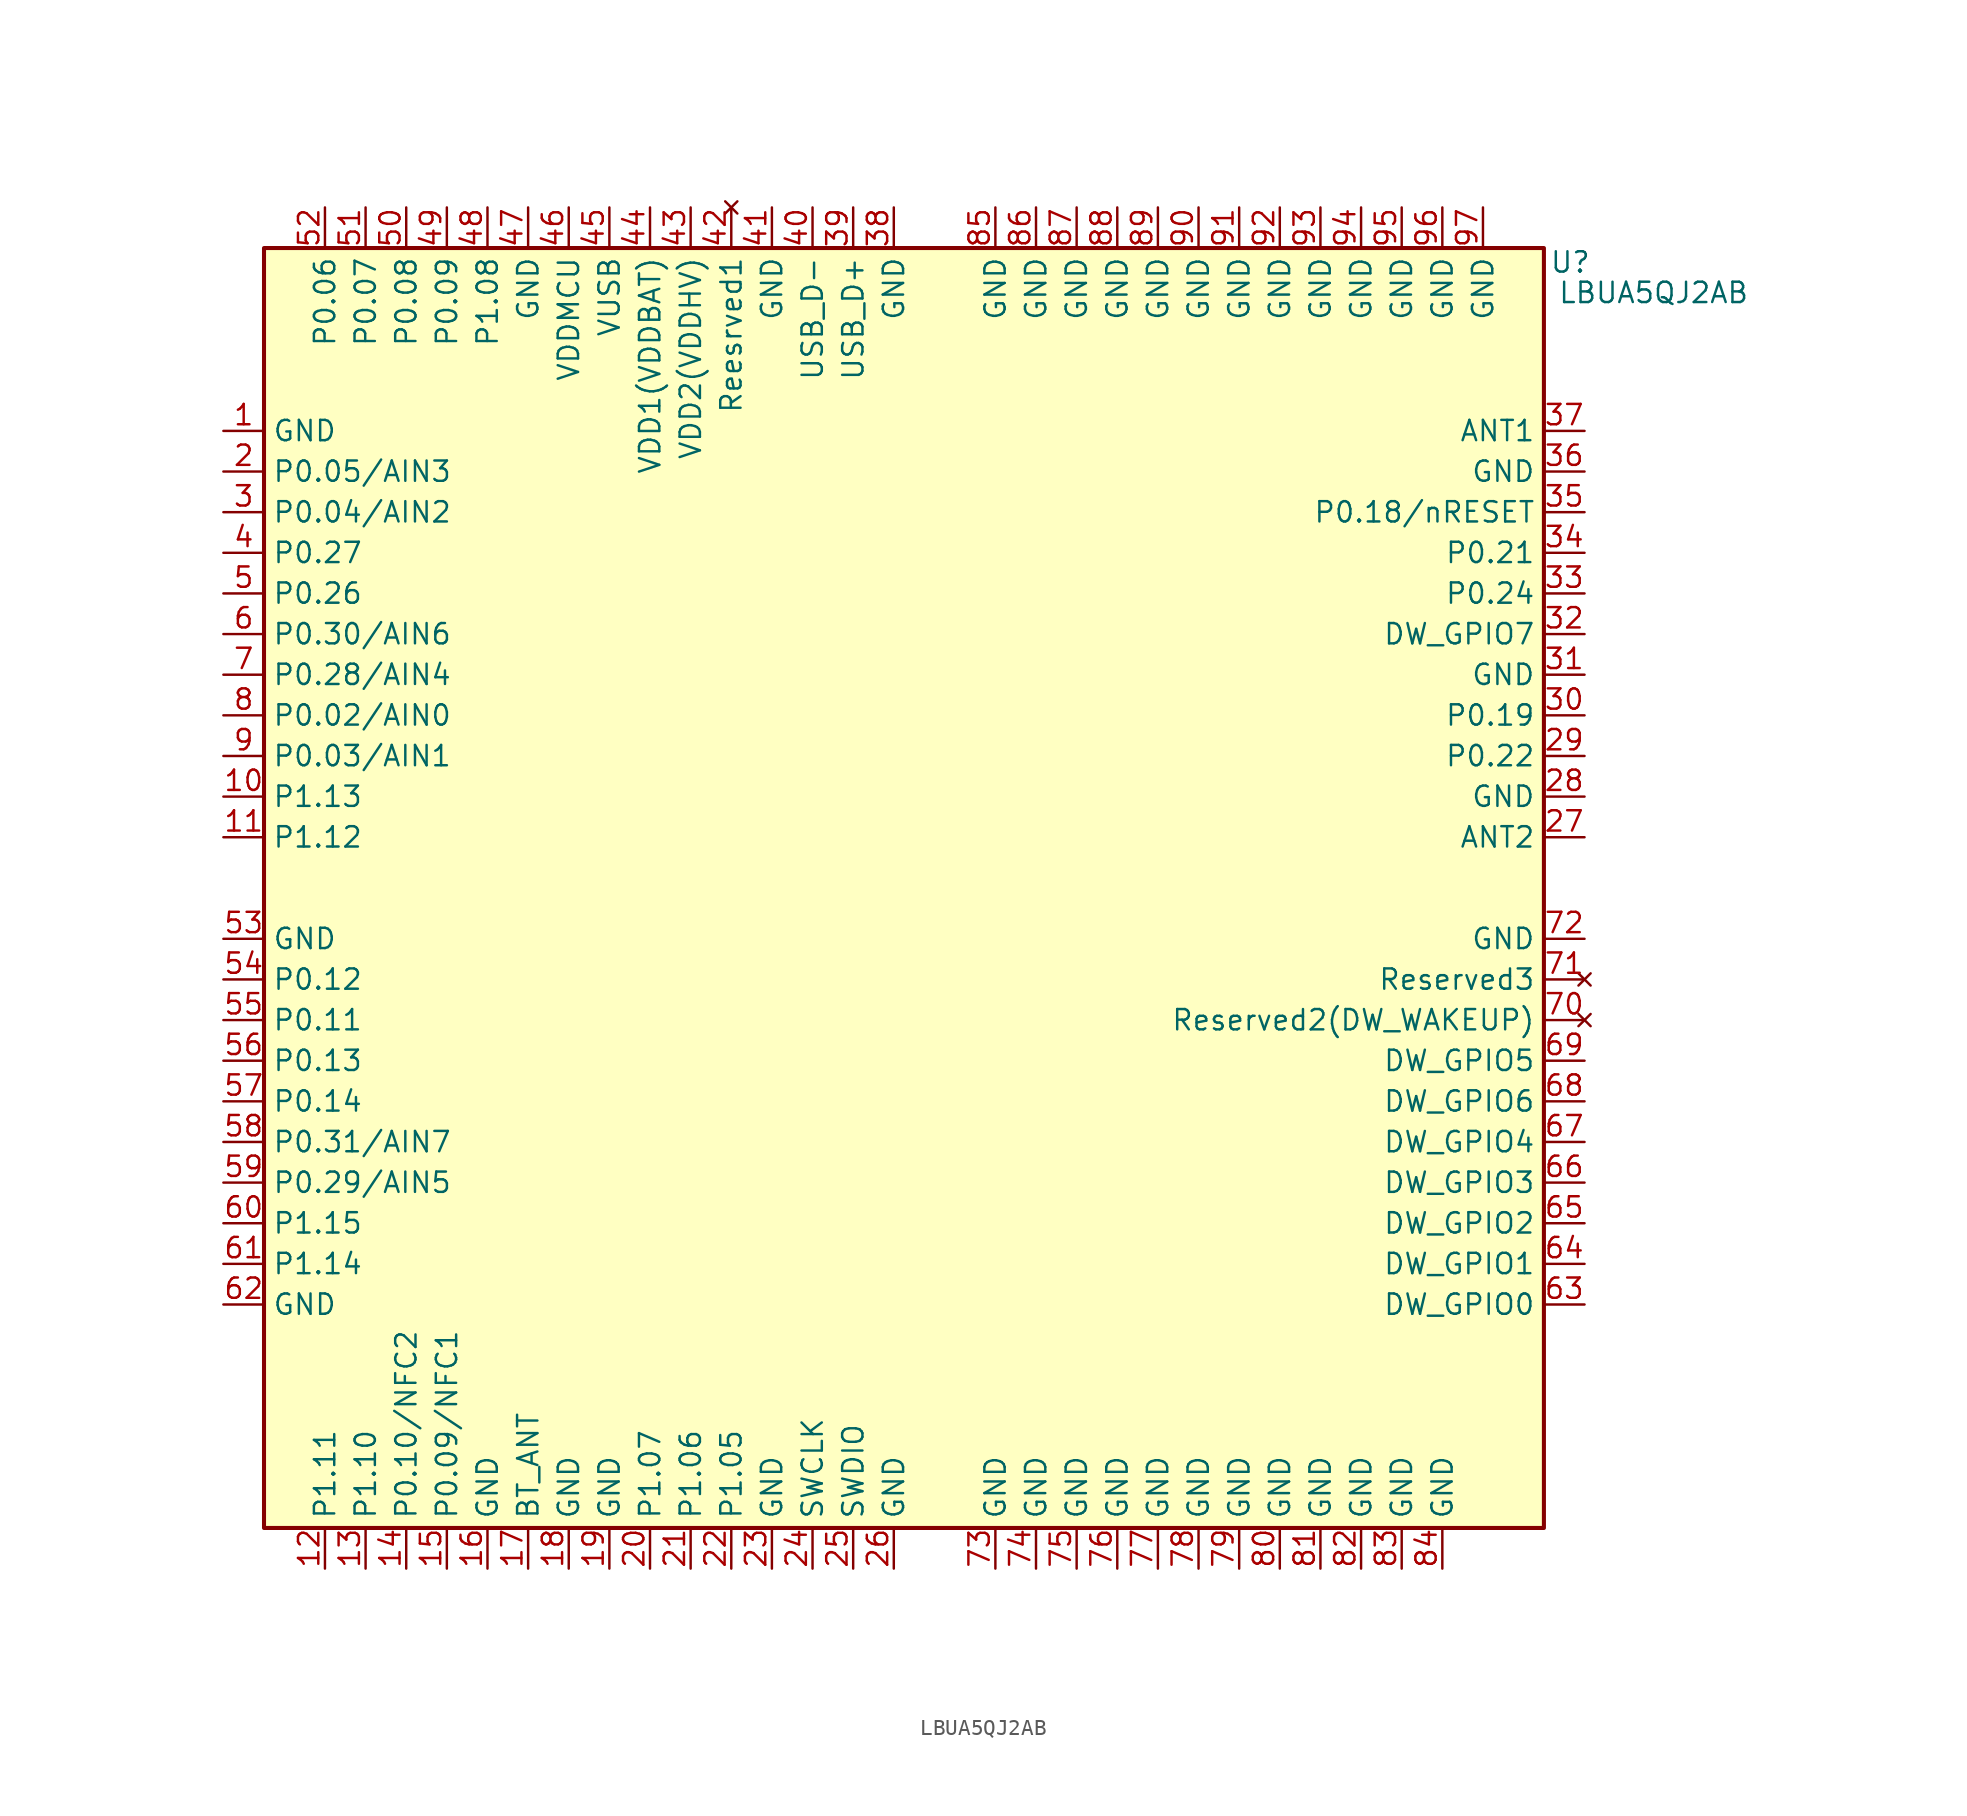
<source format=kicad_sym>
(kicad_symbol_lib
  (version 20241209)
  (generator "kicad_symbol_editor")
  (generator_version "9.0")
  (symbol "LBUA5QJ2AB"
    (property "Reference" "U"
      (at 42.291 37.211 0)
      (effects (font (size 1.27 1.27))))
    (property "Value" "LBUA5QJ2AB"
      (at 47.498 35.306 0)
      (effects (font (size 1.27 1.27))))
    (symbol "LBUA5QJ2AB_1_1"
      (rectangle (start -39.37 38.1) (end 40.64 -41.91) (stroke (width 0.254) (type solid)) (fill (type background)))
      (pin power_in line (at -41.91 26.67 0) (length 2.54) (name "GND" (effects (font (size 1.27 1.27)))) (number "1" (effects (font (size 1.27 1.27)))))
      (pin input line (at -41.91 24.13 0) (length 2.54) (name "P0.05/AIN3" (effects (font (size 1.27 1.27)))) (number "2" (effects (font (size 1.27 1.27)))))
      (pin input line (at -41.91 21.59 0) (length 2.54) (name "P0.04/AIN2" (effects (font (size 1.27 1.27)))) (number "3" (effects (font (size 1.27 1.27)))))
      (pin input line (at -41.91 19.05 0) (length 2.54) (name "P0.27" (effects (font (size 1.27 1.27)))) (number "4" (effects (font (size 1.27 1.27)))))
      (pin input line (at -41.91 16.51 0) (length 2.54) (name "P0.26" (effects (font (size 1.27 1.27)))) (number "5" (effects (font (size 1.27 1.27)))))
      (pin input line (at -41.91 13.97 0) (length 2.54) (name "P0.30/AIN6" (effects (font (size 1.27 1.27)))) (number "6" (effects (font (size 1.27 1.27)))))
      (pin input line (at -41.91 11.43 0) (length 2.54) (name "P0.28/AIN4" (effects (font (size 1.27 1.27)))) (number "7" (effects (font (size 1.27 1.27)))))
      (pin input line (at -41.91 8.89 0) (length 2.54) (name "P0.02/AIN0" (effects (font (size 1.27 1.27)))) (number "8" (effects (font (size 1.27 1.27)))))
      (pin input line (at -41.91 6.35 0) (length 2.54) (name "P0.03/AIN1" (effects (font (size 1.27 1.27)))) (number "9" (effects (font (size 1.27 1.27)))))
      (pin input line (at -41.91 3.81 0) (length 2.54) (name "P1.13" (effects (font (size 1.27 1.27)))) (number "10" (effects (font (size 1.27 1.27)))))
      (pin input line (at -41.91 1.27 0) (length 2.54) (name "P1.12" (effects (font (size 1.27 1.27)))) (number "11" (effects (font (size 1.27 1.27)))))
      (pin power_in line (at -41.91 -5.08 0) (length 2.54) (name "GND" (effects (font (size 1.27 1.27)))) (number "53" (effects (font (size 1.27 1.27)))))
      (pin input line (at -41.91 -7.62 0) (length 2.54) (name "P0.12" (effects (font (size 1.27 1.27)))) (number "54" (effects (font (size 1.27 1.27)))))
      (pin input line (at -41.91 -10.16 0) (length 2.54) (name "P0.11" (effects (font (size 1.27 1.27)))) (number "55" (effects (font (size 1.27 1.27)))))
      (pin input line (at -41.91 -12.7 0) (length 2.54) (name "P0.13" (effects (font (size 1.27 1.27)))) (number "56" (effects (font (size 1.27 1.27)))))
      (pin input line (at -41.91 -15.24 0) (length 2.54) (name "P0.14" (effects (font (size 1.27 1.27)))) (number "57" (effects (font (size 1.27 1.27)))))
      (pin input line (at -41.91 -17.78 0) (length 2.54) (name "P0.31/AIN7" (effects (font (size 1.27 1.27)))) (number "58" (effects (font (size 1.27 1.27)))))
      (pin input line (at -41.91 -20.32 0) (length 2.54) (name "P0.29/AIN5" (effects (font (size 1.27 1.27)))) (number "59" (effects (font (size 1.27 1.27)))))
      (pin input line (at -41.91 -22.86 0) (length 2.54) (name "P1.15" (effects (font (size 1.27 1.27)))) (number "60" (effects (font (size 1.27 1.27)))))
      (pin input line (at -41.91 -25.4 0) (length 2.54) (name "P1.14" (effects (font (size 1.27 1.27)))) (number "61" (effects (font (size 1.27 1.27)))))
      (pin power_in line (at -41.91 -27.94 0) (length 2.54) (name "GND" (effects (font (size 1.27 1.27)))) (number "62" (effects (font (size 1.27 1.27)))))
      (pin input line (at -35.56 40.64 270) (length 2.54) (name "P0.06" (effects (font (size 1.27 1.27)))) (number "52" (effects (font (size 1.27 1.27)))))
      (pin power_in line (at -35.56 -44.45 90) (length 2.54) (name "P1.11" (effects (font (size 1.27 1.27)))) (number "12" (effects (font (size 1.27 1.27)))))
      (pin input line (at -33.02 40.64 270) (length 2.54) (name "P0.07" (effects (font (size 1.27 1.27)))) (number "51" (effects (font (size 1.27 1.27)))))
      (pin input line (at -33.02 -44.45 90) (length 2.54) (name "P1.10" (effects (font (size 1.27 1.27)))) (number "13" (effects (font (size 1.27 1.27)))))
      (pin input line (at -30.48 40.64 270) (length 2.54) (name "P0.08" (effects (font (size 1.27 1.27)))) (number "50" (effects (font (size 1.27 1.27)))))
      (pin input line (at -30.48 -44.45 90) (length 2.54) (name "P0.10/NFC2" (effects (font (size 1.27 1.27)))) (number "14" (effects (font (size 1.27 1.27)))))
      (pin input line (at -27.94 40.64 270) (length 2.54) (name "P0.09" (effects (font (size 1.27 1.27)))) (number "49" (effects (font (size 1.27 1.27)))))
      (pin input line (at -27.94 -44.45 90) (length 2.54) (name "P0.09/NFC1" (effects (font (size 1.27 1.27)))) (number "15" (effects (font (size 1.27 1.27)))))
      (pin input line (at -25.4 40.64 270) (length 2.54) (name "P1.08" (effects (font (size 1.27 1.27)))) (number "48" (effects (font (size 1.27 1.27)))))
      (pin power_in line (at -25.4 -44.45 90) (length 2.54) (name "GND" (effects (font (size 1.27 1.27)))) (number "16" (effects (font (size 1.27 1.27)))))
      (pin power_in line (at -22.86 40.64 270) (length 2.54) (name "GND" (effects (font (size 1.27 1.27)))) (number "47" (effects (font (size 1.27 1.27)))))
      (pin input line (at -22.86 -44.45 90) (length 2.54) (name "BT_ANT" (effects (font (size 1.27 1.27)))) (number "17" (effects (font (size 1.27 1.27)))))
      (pin power_in line (at -20.32 40.64 270) (length 2.54) (name "VDDMCU" (effects (font (size 1.27 1.27)))) (number "46" (effects (font (size 1.27 1.27)))))
      (pin power_in line (at -20.32 -44.45 90) (length 2.54) (name "GND" (effects (font (size 1.27 1.27)))) (number "18" (effects (font (size 1.27 1.27)))))
      (pin power_in line (at -17.78 40.64 270) (length 2.54) (name "VUSB" (effects (font (size 1.27 1.27)))) (number "45" (effects (font (size 1.27 1.27)))))
      (pin power_in line (at -17.78 -44.45 90) (length 2.54) (name "GND" (effects (font (size 1.27 1.27)))) (number "19" (effects (font (size 1.27 1.27)))))
      (pin power_in line (at -15.24 40.64 270) (length 2.54) (name "VDD1(VDDBAT)" (effects (font (size 1.27 1.27)))) (number "44" (effects (font (size 1.27 1.27)))))
      (pin input line (at -15.24 -44.45 90) (length 2.54) (name "P1.07" (effects (font (size 1.27 1.27)))) (number "20" (effects (font (size 1.27 1.27)))))
      (pin power_in line (at -12.7 40.64 270) (length 2.54) (name "VDD2(VDDHV)" (effects (font (size 1.27 1.27)))) (number "43" (effects (font (size 1.27 1.27)))))
      (pin input line (at -12.7 -44.45 90) (length 2.54) (name "P1.06" (effects (font (size 1.27 1.27)))) (number "21" (effects (font (size 1.27 1.27)))))
      (pin no_connect line (at -10.16 40.64 270) (length 2.54) (name "Reesrved1" (effects (font (size 1.27 1.27)))) (number "42" (effects (font (size 1.27 1.27)))))
      (pin input line (at -10.16 -44.45 90) (length 2.54) (name "P1.05" (effects (font (size 1.27 1.27)))) (number "22" (effects (font (size 1.27 1.27)))))
      (pin power_in line (at -7.62 40.64 270) (length 2.54) (name "GND" (effects (font (size 1.27 1.27)))) (number "41" (effects (font (size 1.27 1.27)))))
      (pin power_in line (at -7.62 -44.45 90) (length 2.54) (name "GND" (effects (font (size 1.27 1.27)))) (number "23" (effects (font (size 1.27 1.27)))))
      (pin input line (at -5.08 40.64 270) (length 2.54) (name "USB_D-" (effects (font (size 1.27 1.27)))) (number "40" (effects (font (size 1.27 1.27)))))
      (pin input line (at -5.08 -44.45 90) (length 2.54) (name "SWCLK" (effects (font (size 1.27 1.27)))) (number "24" (effects (font (size 1.27 1.27)))))
      (pin input line (at -2.54 40.64 270) (length 2.54) (name "USB_D+" (effects (font (size 1.27 1.27)))) (number "39" (effects (font (size 1.27 1.27)))))
      (pin input line (at -2.54 -44.45 90) (length 2.54) (name "SWDIO" (effects (font (size 1.27 1.27)))) (number "25" (effects (font (size 1.27 1.27)))))
      (pin power_in line (at 0 40.64 270) (length 2.54) (name "GND" (effects (font (size 1.27 1.27)))) (number "38" (effects (font (size 1.27 1.27)))))
      (pin power_in line (at 0 -44.45 90) (length 2.54) (name "GND" (effects (font (size 1.27 1.27)))) (number "26" (effects (font (size 1.27 1.27)))))
      (pin power_in line (at 6.35 40.64 270) (length 2.54) (name "GND" (effects (font (size 1.27 1.27)))) (number "85" (effects (font (size 1.27 1.27)))))
      (pin power_in line (at 6.35 -44.45 90) (length 2.54) (name "GND" (effects (font (size 1.27 1.27)))) (number "73" (effects (font (size 1.27 1.27)))))
      (pin power_in line (at 8.89 40.64 270) (length 2.54) (name "GND" (effects (font (size 1.27 1.27)))) (number "86" (effects (font (size 1.27 1.27)))))
      (pin power_in line (at 8.89 -44.45 90) (length 2.54) (name "GND" (effects (font (size 1.27 1.27)))) (number "74" (effects (font (size 1.27 1.27)))))
      (pin power_in line (at 11.43 40.64 270) (length 2.54) (name "GND" (effects (font (size 1.27 1.27)))) (number "87" (effects (font (size 1.27 1.27)))))
      (pin power_in line (at 11.43 -44.45 90) (length 2.54) (name "GND" (effects (font (size 1.27 1.27)))) (number "75" (effects (font (size 1.27 1.27)))))
      (pin power_in line (at 13.97 40.64 270) (length 2.54) (name "GND" (effects (font (size 1.27 1.27)))) (number "88" (effects (font (size 1.27 1.27)))))
      (pin power_in line (at 13.97 -44.45 90) (length 2.54) (name "GND" (effects (font (size 1.27 1.27)))) (number "76" (effects (font (size 1.27 1.27)))))
      (pin power_in line (at 16.51 40.64 270) (length 2.54) (name "GND" (effects (font (size 1.27 1.27)))) (number "89" (effects (font (size 1.27 1.27)))))
      (pin power_in line (at 16.51 -44.45 90) (length 2.54) (name "GND" (effects (font (size 1.27 1.27)))) (number "77" (effects (font (size 1.27 1.27)))))
      (pin power_in line (at 19.05 40.64 270) (length 2.54) (name "GND" (effects (font (size 1.27 1.27)))) (number "90" (effects (font (size 1.27 1.27)))))
      (pin power_in line (at 19.05 -44.45 90) (length 2.54) (name "GND" (effects (font (size 1.27 1.27)))) (number "78" (effects (font (size 1.27 1.27)))))
      (pin power_in line (at 21.59 40.64 270) (length 2.54) (name "GND" (effects (font (size 1.27 1.27)))) (number "91" (effects (font (size 1.27 1.27)))))
      (pin power_in line (at 21.59 -44.45 90) (length 2.54) (name "GND" (effects (font (size 1.27 1.27)))) (number "79" (effects (font (size 1.27 1.27)))))
      (pin power_in line (at 24.13 40.64 270) (length 2.54) (name "GND" (effects (font (size 1.27 1.27)))) (number "92" (effects (font (size 1.27 1.27)))))
      (pin power_in line (at 24.13 -44.45 90) (length 2.54) (name "GND" (effects (font (size 1.27 1.27)))) (number "80" (effects (font (size 1.27 1.27)))))
      (pin power_in line (at 26.67 40.64 270) (length 2.54) (name "GND" (effects (font (size 1.27 1.27)))) (number "93" (effects (font (size 1.27 1.27)))))
      (pin power_in line (at 26.67 -44.45 90) (length 2.54) (name "GND" (effects (font (size 1.27 1.27)))) (number "81" (effects (font (size 1.27 1.27)))))
      (pin power_in line (at 29.21 40.64 270) (length 2.54) (name "GND" (effects (font (size 1.27 1.27)))) (number "94" (effects (font (size 1.27 1.27)))))
      (pin power_in line (at 29.21 -44.45 90) (length 2.54) (name "GND" (effects (font (size 1.27 1.27)))) (number "82" (effects (font (size 1.27 1.27)))))
      (pin power_in line (at 31.75 40.64 270) (length 2.54) (name "GND" (effects (font (size 1.27 1.27)))) (number "95" (effects (font (size 1.27 1.27)))))
      (pin power_in line (at 31.75 -44.45 90) (length 2.54) (name "GND" (effects (font (size 1.27 1.27)))) (number "83" (effects (font (size 1.27 1.27)))))
      (pin power_in line (at 34.29 40.64 270) (length 2.54) (name "GND" (effects (font (size 1.27 1.27)))) (number "96" (effects (font (size 1.27 1.27)))))
      (pin power_in line (at 34.29 -44.45 90) (length 2.54) (name "GND" (effects (font (size 1.27 1.27)))) (number "84" (effects (font (size 1.27 1.27)))))
      (pin power_in line (at 36.83 40.64 270) (length 2.54) (name "GND" (effects (font (size 1.27 1.27)))) (number "97" (effects (font (size 1.27 1.27)))))
      (pin input line (at 43.18 26.67 180) (length 2.54) (name "ANT1" (effects (font (size 1.27 1.27)))) (number "37" (effects (font (size 1.27 1.27)))))
      (pin power_in line (at 43.18 24.13 180) (length 2.54) (name "GND" (effects (font (size 1.27 1.27)))) (number "36" (effects (font (size 1.27 1.27)))))
      (pin input line (at 43.18 21.59 180) (length 2.54) (name "P0.18/nRESET" (effects (font (size 1.27 1.27)))) (number "35" (effects (font (size 1.27 1.27)))))
      (pin input line (at 43.18 19.05 180) (length 2.54) (name "P0.21" (effects (font (size 1.27 1.27)))) (number "34" (effects (font (size 1.27 1.27)))))
      (pin input line (at 43.18 16.51 180) (length 2.54) (name "P0.24" (effects (font (size 1.27 1.27)))) (number "33" (effects (font (size 1.27 1.27)))))
      (pin input line (at 43.18 13.97 180) (length 2.54) (name "DW_GPIO7" (effects (font (size 1.27 1.27)))) (number "32" (effects (font (size 1.27 1.27)))))
      (pin power_in line (at 43.18 11.43 180) (length 2.54) (name "GND" (effects (font (size 1.27 1.27)))) (number "31" (effects (font (size 1.27 1.27)))))
      (pin input line (at 43.18 8.89 180) (length 2.54) (name "P0.19" (effects (font (size 1.27 1.27)))) (number "30" (effects (font (size 1.27 1.27)))))
      (pin input line (at 43.18 6.35 180) (length 2.54) (name "P0.22" (effects (font (size 1.27 1.27)))) (number "29" (effects (font (size 1.27 1.27)))))
      (pin power_in line (at 43.18 3.81 180) (length 2.54) (name "GND" (effects (font (size 1.27 1.27)))) (number "28" (effects (font (size 1.27 1.27)))))
      (pin input line (at 43.18 1.27 180) (length 2.54) (name "ANT2" (effects (font (size 1.27 1.27)))) (number "27" (effects (font (size 1.27 1.27)))))
      (pin power_in line (at 43.18 -5.08 180) (length 2.54) (name "GND" (effects (font (size 1.27 1.27)))) (number "72" (effects (font (size 1.27 1.27)))))
      (pin no_connect line (at 43.18 -7.62 180) (length 2.54) (name "Reserved3" (effects (font (size 1.27 1.27)))) (number "71" (effects (font (size 1.27 1.27)))))
      (pin no_connect line (at 43.18 -10.16 180) (length 2.54) (name "Reserved2(DW_WAKEUP)" (effects (font (size 1.27 1.27)))) (number "70" (effects (font (size 1.27 1.27)))))
      (pin input line (at 43.18 -12.7 180) (length 2.54) (name "DW_GPIO5" (effects (font (size 1.27 1.27)))) (number "69" (effects (font (size 1.27 1.27)))))
      (pin input line (at 43.18 -15.24 180) (length 2.54) (name "DW_GPIO6" (effects (font (size 1.27 1.27)))) (number "68" (effects (font (size 1.27 1.27)))))
      (pin input line (at 43.18 -17.78 180) (length 2.54) (name "DW_GPIO4" (effects (font (size 1.27 1.27)))) (number "67" (effects (font (size 1.27 1.27)))))
      (pin input line (at 43.18 -20.32 180) (length 2.54) (name "DW_GPIO3" (effects (font (size 1.27 1.27)))) (number "66" (effects (font (size 1.27 1.27)))))
      (pin input line (at 43.18 -22.86 180) (length 2.54) (name "DW_GPIO2" (effects (font (size 1.27 1.27)))) (number "65" (effects (font (size 1.27 1.27)))))
      (pin input line (at 43.18 -25.4 180) (length 2.54) (name "DW_GPIO1" (effects (font (size 1.27 1.27)))) (number "64" (effects (font (size 1.27 1.27)))))
      (pin input line (at 43.18 -27.94 180) (length 2.54) (name "DW_GPIO0" (effects (font (size 1.27 1.27)))) (number "63" (effects (font (size 1.27 1.27))))))))
</source>
